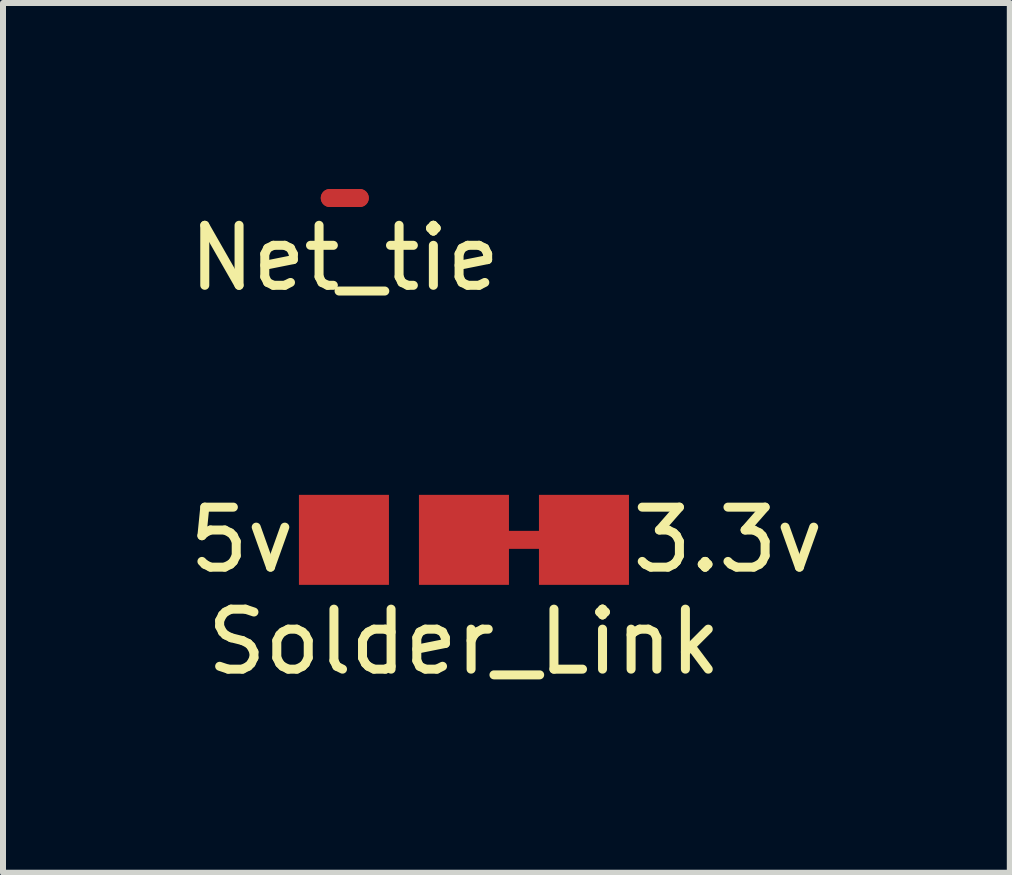
<source format=kicad_pcb>
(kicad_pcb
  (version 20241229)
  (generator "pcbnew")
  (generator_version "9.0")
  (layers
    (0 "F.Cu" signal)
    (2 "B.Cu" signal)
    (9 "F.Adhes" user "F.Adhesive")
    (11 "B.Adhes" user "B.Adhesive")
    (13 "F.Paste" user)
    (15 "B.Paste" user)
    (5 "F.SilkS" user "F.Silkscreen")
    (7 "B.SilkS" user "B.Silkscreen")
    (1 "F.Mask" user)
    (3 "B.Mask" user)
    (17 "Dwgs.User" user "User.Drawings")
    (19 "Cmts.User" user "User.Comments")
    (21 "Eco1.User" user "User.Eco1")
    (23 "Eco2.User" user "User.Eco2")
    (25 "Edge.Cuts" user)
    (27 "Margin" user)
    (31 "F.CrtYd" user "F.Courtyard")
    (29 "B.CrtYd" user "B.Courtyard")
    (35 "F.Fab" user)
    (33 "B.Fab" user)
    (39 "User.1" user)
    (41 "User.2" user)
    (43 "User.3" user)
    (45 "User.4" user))
  (footprint "Solder_Link"
    (layer "F.Cu")
    (at 4.682 5.947)
    (property "Reference" "Solder_Link" (at 0 1.7 0) (layer "F.SilkS") (effects (font (size 1 1) (thickness 0.15))))
    (attr through_hole)
    (fp_line (start 0 0) (end 2 0) (stroke (width 0.3) (type solid)) (layer "F.Cu"))
    (fp_text user "5v" (at -3.7 0 0) (layer "F.SilkS") (effects (font (size 1 1) (thickness 0.15))))
    (fp_text user "3.3v" (at 4.4 0 0) (layer "F.SilkS") (effects (font (size 1 1) (thickness 0.15))))
    (pad "1" smd rect (at 0 0) (size 1.5 1.5) (layers "F.Cu" "F.Mask" "F.Paste"))
    (pad "2" smd rect (at 2 0) (size 1.5 1.5) (layers "F.Cu" "F.Mask" "F.Paste"))
    (pad "3" smd rect (at -2 0) (size 1.5 1.5) (layers "F.Cu" "F.Mask" "F.Paste")))
  (footprint "Net_tie"
    (layer "F.Cu")
    (at 2.696 0.25)
    (property "Reference" "Net_tie" (at 0 1 0) (layer "F.SilkS") (effects (font (size 1 1) (thickness 0.15))))
    (attr through_hole)
    (fp_line (start -0.25 0) (end 0.25 0) (stroke (width 0.3) (type solid)) (layer "F.Cu"))
    (pad "1" smd circle (at -0.25 0) (size 0.3 0.3) (layers "F.Cu"))
    (pad "2" smd circle (at 0.25 0) (size 0.3 0.3) (layers "F.Cu")))
  (gr_rect
    (start -3 -3)
    (end 13.779 11.495)
    (stroke (width 0.1) (type default))
    (fill no)
    (layer "Edge.Cuts")))
</source>
